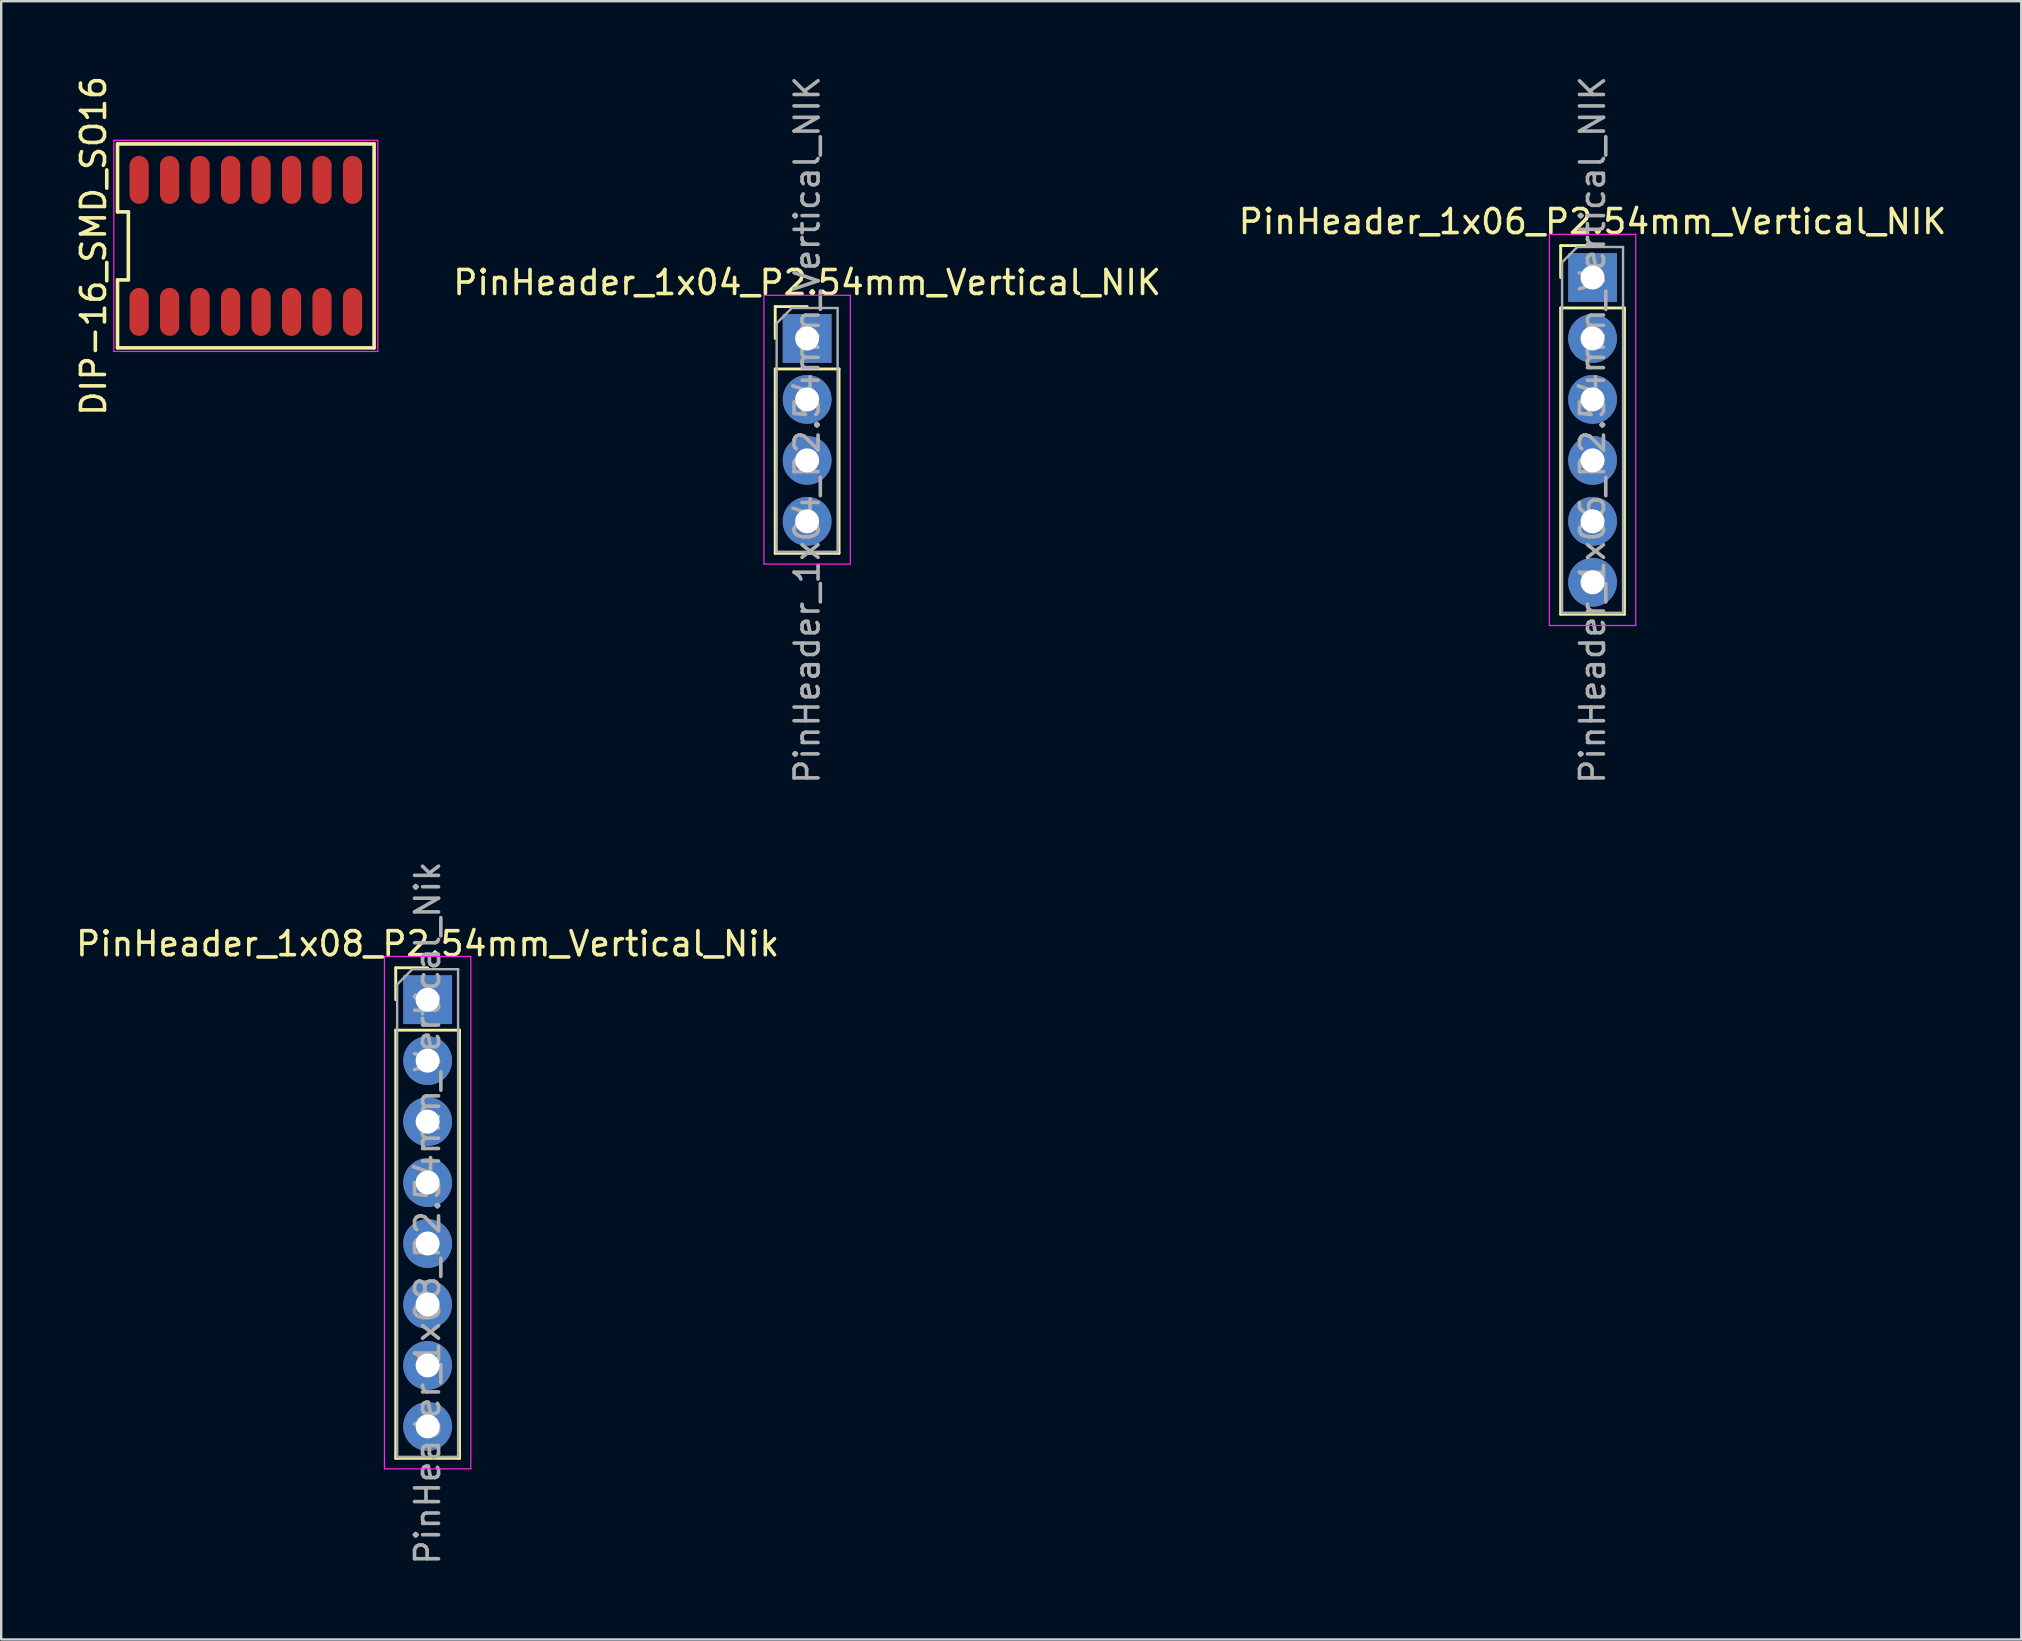
<source format=kicad_pcb>
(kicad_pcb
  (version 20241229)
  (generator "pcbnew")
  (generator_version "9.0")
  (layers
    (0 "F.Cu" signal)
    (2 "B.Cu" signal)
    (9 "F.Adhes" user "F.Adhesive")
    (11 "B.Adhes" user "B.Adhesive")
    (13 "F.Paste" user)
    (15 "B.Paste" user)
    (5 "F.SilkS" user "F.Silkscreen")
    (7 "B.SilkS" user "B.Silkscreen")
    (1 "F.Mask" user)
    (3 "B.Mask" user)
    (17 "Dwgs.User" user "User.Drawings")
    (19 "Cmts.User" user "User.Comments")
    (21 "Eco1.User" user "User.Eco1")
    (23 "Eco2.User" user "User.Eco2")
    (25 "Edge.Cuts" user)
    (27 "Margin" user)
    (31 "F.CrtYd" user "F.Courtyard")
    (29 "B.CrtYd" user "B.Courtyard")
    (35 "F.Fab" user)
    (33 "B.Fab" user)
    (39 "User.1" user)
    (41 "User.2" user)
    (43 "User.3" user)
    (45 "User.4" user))
  (footprint "DIP-16_SMD_SO16"
    (layer "F.Cu")
    (at 7.193 7.196)
    (property "Reference" "DIP-16_SMD_SO16" (at -6.345 0 90) (layer "F.SilkS") (effects (font (size 1 1) (thickness 0.15))))
    (attr through_hole)
    (fp_line (start -5.345 -4.25) (end -5.345 -1.417) (stroke (width 0.15) (type solid)) (layer "F.SilkS"))
    (fp_line (start -5.345 -1.417) (end -4.895 -1.417) (stroke (width 0.15) (type solid)) (layer "F.SilkS"))
    (fp_line (start -5.345 1.417) (end -5.345 4.25) (stroke (width 0.15) (type solid)) (layer "F.SilkS"))
    (fp_line (start -5.345 4.25) (end 5.345 4.25) (stroke (width 0.15) (type solid)) (layer "F.SilkS"))
    (fp_line (start -4.895 -1.417) (end -4.895 1.417) (stroke (width 0.15) (type solid)) (layer "F.SilkS"))
    (fp_line (start -4.895 1.417) (end -5.345 1.417) (stroke (width 0.15) (type solid)) (layer "F.SilkS"))
    (fp_line (start 5.345 -4.25) (end -5.345 -4.25) (stroke (width 0.15) (type solid)) (layer "F.SilkS"))
    (fp_line (start 5.345 4.25) (end 5.345 -4.25) (stroke (width 0.15) (type solid)) (layer "F.SilkS"))
    (fp_line (start -5.5 -4.4) (end 5.5 -4.4) (stroke (width 0.05) (type solid)) (layer "F.CrtYd"))
    (fp_line (start -5.5 4.4) (end -5.5 -4.4) (stroke (width 0.05) (type solid)) (layer "F.CrtYd"))
    (fp_line (start 5.5 -4.4) (end 5.5 4.4) (stroke (width 0.05) (type solid)) (layer "F.CrtYd"))
    (fp_line (start 5.5 4.4) (end -5.5 4.4) (stroke (width 0.05) (type solid)) (layer "F.CrtYd"))
    (pad "1" smd oval (at -4.445 2.75) (size 0.8 2) (layers "F.Cu" "F.Mask" "F.Paste"))
    (pad "2" smd oval (at -3.175 2.75) (size 0.8 2) (layers "F.Cu" "F.Mask" "F.Paste"))
    (pad "3" smd oval (at -1.905 2.75) (size 0.8 2) (layers "F.Cu" "F.Mask" "F.Paste"))
    (pad "4" smd oval (at -0.635 2.75) (size 0.8 2) (layers "F.Cu" "F.Mask" "F.Paste"))
    (pad "5" smd oval (at 0.635 2.75) (size 0.8 2) (layers "F.Cu" "F.Mask" "F.Paste"))
    (pad "6" smd oval (at 1.905 2.75) (size 0.8 2) (layers "F.Cu" "F.Mask" "F.Paste"))
    (pad "7" smd oval (at 3.175 2.75) (size 0.8 2) (layers "F.Cu" "F.Mask" "F.Paste"))
    (pad "8" smd oval (at 4.445 2.75) (size 0.8 2) (layers "F.Cu" "F.Mask" "F.Paste"))
    (pad "9" smd oval (at 4.445 -2.75) (size 0.8 2) (layers "F.Cu" "F.Mask" "F.Paste"))
    (pad "10" smd oval (at 3.175 -2.75) (size 0.8 2) (layers "F.Cu" "F.Mask" "F.Paste"))
    (pad "11" smd oval (at 1.905 -2.75) (size 0.8 2) (layers "F.Cu" "F.Mask" "F.Paste"))
    (pad "12" smd oval (at 0.635 -2.75) (size 0.8 2) (layers "F.Cu" "F.Mask" "F.Paste"))
    (pad "13" smd oval (at -0.635 -2.75) (size 0.8 2) (layers "F.Cu" "F.Mask" "F.Paste"))
    (pad "14" smd oval (at -1.905 -2.75) (size 0.8 2) (layers "F.Cu" "F.Mask" "F.Paste"))
    (pad "15" smd oval (at -3.175 -2.75) (size 0.8 2) (layers "F.Cu" "F.Mask" "F.Paste"))
    (pad "16" smd oval (at -4.445 -2.75) (size 0.8 2) (layers "F.Cu" "F.Mask" "F.Paste")))
  (footprint "PinHeader_1x06_P2.54mm_Vertical_NIK"
    (layer "F.Cu")
    (at 63.308 8.513)
    (property "Reference" "PinHeader_1x06_P2.54mm_Vertical_NIK" (at 0 -2.33 0) (layer "F.SilkS") (effects (font (size 1 1) (thickness 0.15))))
    (attr through_hole)
    (fp_line (start -1.33 -1.33) (end 0 -1.33) (stroke (width 0.12) (type solid)) (layer "F.SilkS"))
    (fp_line (start -1.33 0) (end -1.33 -1.33) (stroke (width 0.12) (type solid)) (layer "F.SilkS"))
    (fp_line (start -1.33 1.27) (end -1.33 14.03) (stroke (width 0.12) (type solid)) (layer "F.SilkS"))
    (fp_line (start -1.33 1.27) (end 1.33 1.27) (stroke (width 0.12) (type solid)) (layer "F.SilkS"))
    (fp_line (start -1.33 14.03) (end 1.33 14.03) (stroke (width 0.12) (type solid)) (layer "F.SilkS"))
    (fp_line (start 1.33 1.27) (end 1.33 14.03) (stroke (width 0.12) (type solid)) (layer "F.SilkS"))
    (fp_line (start -1.8 -1.8) (end -1.8 14.5) (stroke (width 0.05) (type solid)) (layer "F.CrtYd"))
    (fp_line (start -1.8 14.5) (end 1.8 14.5) (stroke (width 0.05) (type solid)) (layer "F.CrtYd"))
    (fp_line (start 1.8 -1.8) (end -1.8 -1.8) (stroke (width 0.05) (type solid)) (layer "F.CrtYd"))
    (fp_line (start 1.8 14.5) (end 1.8 -1.8) (stroke (width 0.05) (type solid)) (layer "F.CrtYd"))
    (fp_line (start -1.27 -0.635) (end -0.635 -1.27) (stroke (width 0.1) (type solid)) (layer "F.Fab"))
    (fp_line (start -1.27 13.97) (end -1.27 -0.635) (stroke (width 0.1) (type solid)) (layer "F.Fab"))
    (fp_line (start -0.635 -1.27) (end 1.27 -1.27) (stroke (width 0.1) (type solid)) (layer "F.Fab"))
    (fp_line (start 1.27 -1.27) (end 1.27 13.97) (stroke (width 0.1) (type solid)) (layer "F.Fab"))
    (fp_line (start 1.27 13.97) (end -1.27 13.97) (stroke (width 0.1) (type solid)) (layer "F.Fab"))
    (fp_text user "${REFERENCE}" (at 0 6.35 90) (layer "F.Fab") (effects (font (size 1 1) (thickness 0.15))))
    (pad "1" thru_hole rect (at 0 0) (size 2.032 2.032) (drill 1) (layers "*.Cu" "*.Mask"))
    (pad "2" thru_hole oval (at 0 2.54) (size 2.032 2.032) (drill 1) (layers "*.Cu" "*.Mask"))
    (pad "3" thru_hole oval (at 0 5.08) (size 2.032 2.032) (drill 1) (layers "*.Cu" "*.Mask"))
    (pad "4" thru_hole oval (at 0 7.62) (size 2.032 2.032) (drill 1) (layers "*.Cu" "*.Mask"))
    (pad "5" thru_hole oval (at 0 10.16) (size 2.032 2.032) (drill 1) (layers "*.Cu" "*.Mask"))
    (pad "6" thru_hole oval (at 0 12.7) (size 2.032 2.032) (drill 1) (layers "*.Cu" "*.Mask")))
  (footprint "PinHeader_1x04_P2.54mm_Vertical_NIK"
    (layer "F.Cu")
    (at 30.581 11.053)
    (property "Reference" "PinHeader_1x04_P2.54mm_Vertical_NIK" (at 0 -2.33 0) (layer "F.SilkS") (effects (font (size 1 1) (thickness 0.15))))
    (attr through_hole)
    (fp_line (start -1.33 -1.33) (end 0 -1.33) (stroke (width 0.12) (type solid)) (layer "F.SilkS"))
    (fp_line (start -1.33 0) (end -1.33 -1.33) (stroke (width 0.12) (type solid)) (layer "F.SilkS"))
    (fp_line (start -1.33 1.27) (end -1.33 8.95) (stroke (width 0.12) (type solid)) (layer "F.SilkS"))
    (fp_line (start -1.33 1.27) (end 1.33 1.27) (stroke (width 0.12) (type solid)) (layer "F.SilkS"))
    (fp_line (start -1.33 8.95) (end 1.33 8.95) (stroke (width 0.12) (type solid)) (layer "F.SilkS"))
    (fp_line (start 1.33 1.27) (end 1.33 8.95) (stroke (width 0.12) (type solid)) (layer "F.SilkS"))
    (fp_line (start -1.8 -1.8) (end -1.8 9.4) (stroke (width 0.05) (type solid)) (layer "F.CrtYd"))
    (fp_line (start -1.8 9.4) (end 1.8 9.4) (stroke (width 0.05) (type solid)) (layer "F.CrtYd"))
    (fp_line (start 1.8 -1.8) (end -1.8 -1.8) (stroke (width 0.05) (type solid)) (layer "F.CrtYd"))
    (fp_line (start 1.8 9.4) (end 1.8 -1.8) (stroke (width 0.05) (type solid)) (layer "F.CrtYd"))
    (fp_line (start -1.27 -0.635) (end -0.635 -1.27) (stroke (width 0.1) (type solid)) (layer "F.Fab"))
    (fp_line (start -1.27 8.89) (end -1.27 -0.635) (stroke (width 0.1) (type solid)) (layer "F.Fab"))
    (fp_line (start -0.635 -1.27) (end 1.27 -1.27) (stroke (width 0.1) (type solid)) (layer "F.Fab"))
    (fp_line (start 1.27 -1.27) (end 1.27 8.89) (stroke (width 0.1) (type solid)) (layer "F.Fab"))
    (fp_line (start 1.27 8.89) (end -1.27 8.89) (stroke (width 0.1) (type solid)) (layer "F.Fab"))
    (fp_text user "${REFERENCE}" (at 0 3.81 90) (layer "F.Fab") (effects (font (size 1 1) (thickness 0.15))))
    (pad "1" thru_hole rect (at 0 0) (size 2.032 2.032) (drill 1) (layers "*.Cu" "*.Mask"))
    (pad "2" thru_hole oval (at 0 2.54) (size 2.032 2.032) (drill 1) (layers "*.Cu" "*.Mask"))
    (pad "3" thru_hole oval (at 0 5.08) (size 2.032 2.032) (drill 1) (layers "*.Cu" "*.Mask"))
    (pad "4" thru_hole oval (at 0 7.62) (size 2.032 2.032) (drill 1) (layers "*.Cu" "*.Mask")))
  (footprint "PinHeader_1x08_P2.54mm_Vertical_Nik"
    (layer "F.Cu")
    (at 14.768 38.604)
    (property "Reference" "PinHeader_1x08_P2.54mm_Vertical_Nik" (at 0 -2.33 0) (layer "F.SilkS") (effects (font (size 1 1) (thickness 0.15))))
    (attr through_hole)
    (fp_line (start -1.33 -1.33) (end 0 -1.33) (stroke (width 0.12) (type solid)) (layer "F.SilkS"))
    (fp_line (start -1.33 0) (end -1.33 -1.33) (stroke (width 0.12) (type solid)) (layer "F.SilkS"))
    (fp_line (start -1.33 1.27) (end -1.33 19.11) (stroke (width 0.12) (type solid)) (layer "F.SilkS"))
    (fp_line (start -1.33 1.27) (end 1.33 1.27) (stroke (width 0.12) (type solid)) (layer "F.SilkS"))
    (fp_line (start -1.33 19.11) (end 1.33 19.11) (stroke (width 0.12) (type solid)) (layer "F.SilkS"))
    (fp_line (start 1.33 1.27) (end 1.33 19.11) (stroke (width 0.12) (type solid)) (layer "F.SilkS"))
    (fp_line (start -1.8 -1.8) (end -1.8 19.55) (stroke (width 0.05) (type solid)) (layer "F.CrtYd"))
    (fp_line (start -1.8 19.55) (end 1.8 19.55) (stroke (width 0.05) (type solid)) (layer "F.CrtYd"))
    (fp_line (start 1.8 -1.8) (end -1.8 -1.8) (stroke (width 0.05) (type solid)) (layer "F.CrtYd"))
    (fp_line (start 1.8 19.55) (end 1.8 -1.8) (stroke (width 0.05) (type solid)) (layer "F.CrtYd"))
    (fp_line (start -1.27 -0.635) (end -0.635 -1.27) (stroke (width 0.1) (type solid)) (layer "F.Fab"))
    (fp_line (start -1.27 19.05) (end -1.27 -0.635) (stroke (width 0.1) (type solid)) (layer "F.Fab"))
    (fp_line (start -0.635 -1.27) (end 1.27 -1.27) (stroke (width 0.1) (type solid)) (layer "F.Fab"))
    (fp_line (start 1.27 -1.27) (end 1.27 19.05) (stroke (width 0.1) (type solid)) (layer "F.Fab"))
    (fp_line (start 1.27 19.05) (end -1.27 19.05) (stroke (width 0.1) (type solid)) (layer "F.Fab"))
    (fp_text user "${REFERENCE}" (at 0 8.89 90) (layer "F.Fab") (effects (font (size 1 1) (thickness 0.15))))
    (pad "1" thru_hole rect (at 0 0) (size 2.032 2.032) (drill 1) (layers "*.Cu" "*.Mask"))
    (pad "2" thru_hole oval (at 0 2.54) (size 2.032 2.032) (drill 1) (layers "*.Cu" "*.Mask"))
    (pad "3" thru_hole oval (at 0 5.08) (size 2.032 2.032) (drill 1) (layers "*.Cu" "*.Mask"))
    (pad "4" thru_hole oval (at 0 7.62) (size 2.032 2.032) (drill 1) (layers "*.Cu" "*.Mask"))
    (pad "5" thru_hole oval (at 0 10.16) (size 2.032 2.032) (drill 1) (layers "*.Cu" "*.Mask"))
    (pad "6" thru_hole oval (at 0 12.7) (size 2.032 2.032) (drill 1) (layers "*.Cu" "*.Mask"))
    (pad "7" thru_hole oval (at 0 15.24) (size 2.032 2.032) (drill 1) (layers "*.Cu" "*.Mask"))
    (pad "8" thru_hole oval (at 0 17.78) (size 2.032 2.032) (drill 1) (layers "*.Cu" "*.Mask")))
  (gr_rect
    (start -3 -3)
    (end 81.171 65.262)
    (stroke (width 0.1) (type default))
    (fill no)
    (layer "Edge.Cuts")))
</source>
